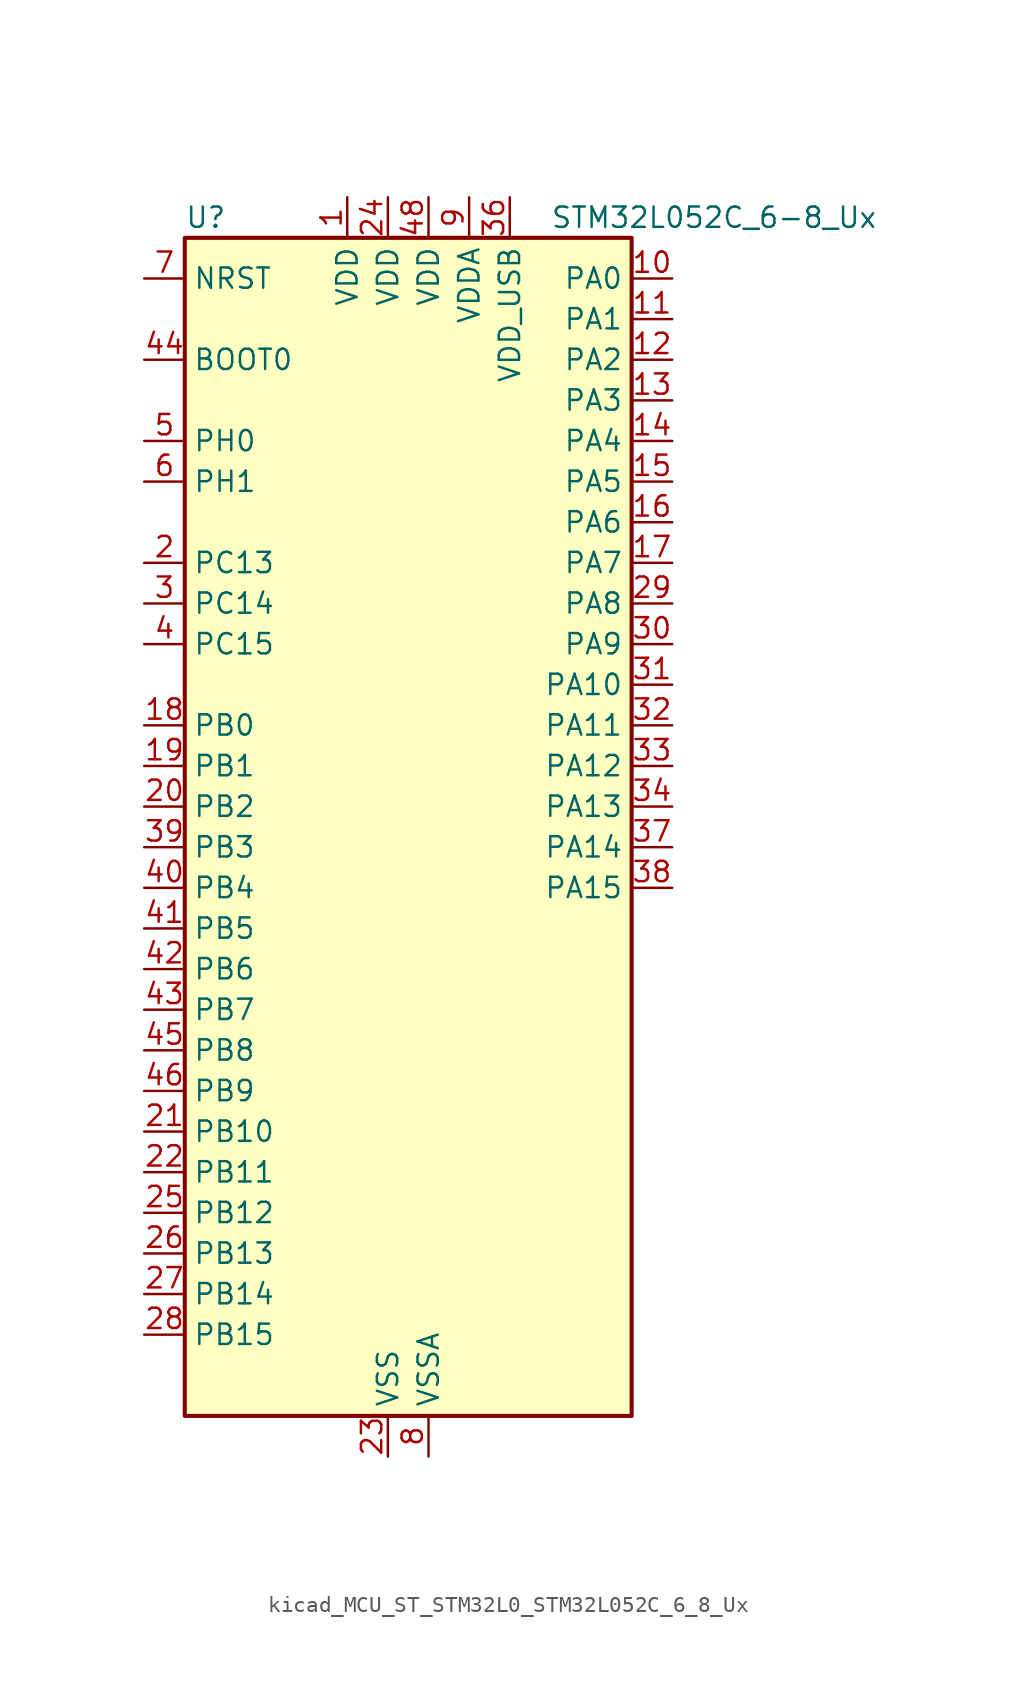
<source format=kicad_sym>
(kicad_symbol_lib
  (version 20220914)
  (generator kicad_symbol_editor)
  (symbol "kicad_MCU_ST_STM32L0_STM32L052C_6_8_Ux"
    (property "Reference" "U"
      (at -12.7 39.37 0)
      (effects (font (size 1.27 1.27)) (justify left)))
    (property "Value" "STM32L052C_6-8_Ux"
      (at 10.16 39.37 0)
      (effects (font (size 1.27 1.27)) (justify left)))
    (property "ki_locked" ""
      (at 0 0 0)
      (effects (font (size 1.27 1.27))))
    (symbol "kicad_MCU_ST_STM32L0_STM32L052C_6_8_Ux_0_1"
      (rectangle (start -12.7 -35.56) (end 15.24 38.1) (stroke (width 0.254) (type default)) (fill (type background))))
    (symbol "kicad_MCU_ST_STM32L0_STM32L052C_6_8_Ux_1_1"
      (pin power_in line (at -2.54 40.64 270) (length 2.54) (name "VDD" (effects (font (size 1.27 1.27)))) (number "1" (effects (font (size 1.27 1.27)))))
      (pin bidirectional line (at 17.78 35.56 180) (length 2.54) (name "PA0" (effects (font (size 1.27 1.27)))) (number "10" (effects (font (size 1.27 1.27)))) (alternate "ADC_IN0" bidirectional line) (alternate "COMP1_INM" bidirectional line) (alternate "COMP1_OUT" bidirectional line) (alternate "RTC_TAMP2" bidirectional line) (alternate "SYS_WKUP1" bidirectional line) (alternate "TIM2_CH1" bidirectional line) (alternate "TIM2_ETR" bidirectional line) (alternate "TSC_G1_IO1" bidirectional line) (alternate "USART2_CTS" bidirectional line))
      (pin bidirectional line (at 17.78 33.02 180) (length 2.54) (name "PA1" (effects (font (size 1.27 1.27)))) (number "11" (effects (font (size 1.27 1.27)))) (alternate "ADC_IN1" bidirectional line) (alternate "COMP1_INP" bidirectional line) (alternate "TIM21_ETR" bidirectional line) (alternate "TIM2_CH2" bidirectional line) (alternate "TSC_G1_IO2" bidirectional line) (alternate "USART2_DE" bidirectional line) (alternate "USART2_RTS" bidirectional line))
      (pin bidirectional line (at 17.78 30.48 180) (length 2.54) (name "PA2" (effects (font (size 1.27 1.27)))) (number "12" (effects (font (size 1.27 1.27)))) (alternate "ADC_IN2" bidirectional line) (alternate "COMP2_INM" bidirectional line) (alternate "COMP2_OUT" bidirectional line) (alternate "TIM21_CH1" bidirectional line) (alternate "TIM2_CH3" bidirectional line) (alternate "TSC_G1_IO3" bidirectional line) (alternate "USART2_TX" bidirectional line))
      (pin bidirectional line (at 17.78 27.94 180) (length 2.54) (name "PA3" (effects (font (size 1.27 1.27)))) (number "13" (effects (font (size 1.27 1.27)))) (alternate "ADC_IN3" bidirectional line) (alternate "COMP2_INP" bidirectional line) (alternate "TIM21_CH2" bidirectional line) (alternate "TIM2_CH4" bidirectional line) (alternate "TSC_G1_IO4" bidirectional line) (alternate "USART2_RX" bidirectional line))
      (pin bidirectional line (at 17.78 25.4 180) (length 2.54) (name "PA4" (effects (font (size 1.27 1.27)))) (number "14" (effects (font (size 1.27 1.27)))) (alternate "ADC_IN4" bidirectional line) (alternate "COMP1_INM" bidirectional line) (alternate "COMP2_INM" bidirectional line) (alternate "DAC_OUT1" bidirectional line) (alternate "SPI1_NSS" bidirectional line) (alternate "TIM22_ETR" bidirectional line) (alternate "TSC_G2_IO1" bidirectional line) (alternate "USART2_CK" bidirectional line))
      (pin bidirectional line (at 17.78 22.86 180) (length 2.54) (name "PA5" (effects (font (size 1.27 1.27)))) (number "15" (effects (font (size 1.27 1.27)))) (alternate "ADC_IN5" bidirectional line) (alternate "COMP1_INM" bidirectional line) (alternate "COMP2_INM" bidirectional line) (alternate "SPI1_SCK" bidirectional line) (alternate "TIM2_CH1" bidirectional line) (alternate "TIM2_ETR" bidirectional line) (alternate "TSC_G2_IO2" bidirectional line))
      (pin bidirectional line (at 17.78 20.32 180) (length 2.54) (name "PA6" (effects (font (size 1.27 1.27)))) (number "16" (effects (font (size 1.27 1.27)))) (alternate "ADC_IN6" bidirectional line) (alternate "COMP1_OUT" bidirectional line) (alternate "LPUART1_CTS" bidirectional line) (alternate "SPI1_MISO" bidirectional line) (alternate "TIM22_CH1" bidirectional line) (alternate "TSC_G2_IO3" bidirectional line))
      (pin bidirectional line (at 17.78 17.78 180) (length 2.54) (name "PA7" (effects (font (size 1.27 1.27)))) (number "17" (effects (font (size 1.27 1.27)))) (alternate "ADC_IN7" bidirectional line) (alternate "COMP2_OUT" bidirectional line) (alternate "SPI1_MOSI" bidirectional line) (alternate "TIM22_CH2" bidirectional line) (alternate "TSC_G2_IO4" bidirectional line))
      (pin bidirectional line (at -15.24 7.62 0) (length 2.54) (name "PB0" (effects (font (size 1.27 1.27)))) (number "18" (effects (font (size 1.27 1.27)))) (alternate "ADC_IN8" bidirectional line) (alternate "SYS_VREF_OUT_PB0" bidirectional line) (alternate "TSC_G3_IO2" bidirectional line))
      (pin bidirectional line (at -15.24 5.08 0) (length 2.54) (name "PB1" (effects (font (size 1.27 1.27)))) (number "19" (effects (font (size 1.27 1.27)))) (alternate "ADC_IN9" bidirectional line) (alternate "LPUART1_DE" bidirectional line) (alternate "LPUART1_RTS" bidirectional line) (alternate "SYS_VREF_OUT_PB1" bidirectional line) (alternate "TSC_G3_IO3" bidirectional line))
      (pin bidirectional line (at -15.24 17.78 0) (length 2.54) (name "PC13" (effects (font (size 1.27 1.27)))) (number "2" (effects (font (size 1.27 1.27)))) (alternate "RTC_OUT_ALARM" bidirectional line) (alternate "RTC_OUT_CALIB" bidirectional line) (alternate "RTC_TAMP1" bidirectional line) (alternate "RTC_TS" bidirectional line) (alternate "SYS_WKUP2" bidirectional line))
      (pin bidirectional line (at -15.24 2.54 0) (length 2.54) (name "PB2" (effects (font (size 1.27 1.27)))) (number "20" (effects (font (size 1.27 1.27)))) (alternate "LPTIM1_OUT" bidirectional line) (alternate "TSC_G3_IO4" bidirectional line))
      (pin bidirectional line (at -15.24 -17.78 0) (length 2.54) (name "PB10" (effects (font (size 1.27 1.27)))) (number "21" (effects (font (size 1.27 1.27)))) (alternate "I2C2_SCL" bidirectional line) (alternate "LPUART1_TX" bidirectional line) (alternate "SPI2_SCK" bidirectional line) (alternate "TIM2_CH3" bidirectional line) (alternate "TSC_SYNC" bidirectional line))
      (pin bidirectional line (at -15.24 -20.32 0) (length 2.54) (name "PB11" (effects (font (size 1.27 1.27)))) (number "22" (effects (font (size 1.27 1.27)))) (alternate "ADC_EXTI11" bidirectional line) (alternate "I2C2_SDA" bidirectional line) (alternate "LPUART1_RX" bidirectional line) (alternate "TIM2_CH4" bidirectional line) (alternate "TSC_G6_IO1" bidirectional line))
      (pin power_in line (at 0 -38.1 90) (length 2.54) (name "VSS" (effects (font (size 1.27 1.27)))) (number "23" (effects (font (size 1.27 1.27)))))
      (pin power_in line (at 0 40.64 270) (length 2.54) (name "VDD" (effects (font (size 1.27 1.27)))) (number "24" (effects (font (size 1.27 1.27)))))
      (pin bidirectional line (at -15.24 -22.86 0) (length 2.54) (name "PB12" (effects (font (size 1.27 1.27)))) (number "25" (effects (font (size 1.27 1.27)))) (alternate "I2S2_WS" bidirectional line) (alternate "LPUART1_DE" bidirectional line) (alternate "LPUART1_RTS" bidirectional line) (alternate "SPI2_NSS" bidirectional line) (alternate "TSC_G6_IO2" bidirectional line))
      (pin bidirectional line (at -15.24 -25.4 0) (length 2.54) (name "PB13" (effects (font (size 1.27 1.27)))) (number "26" (effects (font (size 1.27 1.27)))) (alternate "I2C2_SCL" bidirectional line) (alternate "I2S2_CK" bidirectional line) (alternate "LPUART1_CTS" bidirectional line) (alternate "SPI2_SCK" bidirectional line) (alternate "TIM21_CH1" bidirectional line) (alternate "TSC_G6_IO3" bidirectional line))
      (pin bidirectional line (at -15.24 -27.94 0) (length 2.54) (name "PB14" (effects (font (size 1.27 1.27)))) (number "27" (effects (font (size 1.27 1.27)))) (alternate "I2C2_SDA" bidirectional line) (alternate "I2S2_MCK" bidirectional line) (alternate "LPUART1_DE" bidirectional line) (alternate "LPUART1_RTS" bidirectional line) (alternate "RTC_OUT_ALARM" bidirectional line) (alternate "RTC_OUT_CALIB" bidirectional line) (alternate "SPI2_MISO" bidirectional line) (alternate "TIM21_CH2" bidirectional line) (alternate "TSC_G6_IO4" bidirectional line))
      (pin bidirectional line (at -15.24 -30.48 0) (length 2.54) (name "PB15" (effects (font (size 1.27 1.27)))) (number "28" (effects (font (size 1.27 1.27)))) (alternate "I2S2_SD" bidirectional line) (alternate "RTC_REFIN" bidirectional line) (alternate "SPI2_MOSI" bidirectional line))
      (pin bidirectional line (at 17.78 15.24 180) (length 2.54) (name "PA8" (effects (font (size 1.27 1.27)))) (number "29" (effects (font (size 1.27 1.27)))) (alternate "CRS_SYNC" bidirectional line) (alternate "RCC_MCO" bidirectional line) (alternate "USART1_CK" bidirectional line))
      (pin bidirectional line (at -15.24 15.24 0) (length 2.54) (name "PC14" (effects (font (size 1.27 1.27)))) (number "3" (effects (font (size 1.27 1.27)))) (alternate "RCC_OSC32_IN" bidirectional line))
      (pin bidirectional line (at 17.78 12.7 180) (length 2.54) (name "PA9" (effects (font (size 1.27 1.27)))) (number "30" (effects (font (size 1.27 1.27)))) (alternate "DAC_EXTI9" bidirectional line) (alternate "RCC_MCO" bidirectional line) (alternate "TSC_G4_IO1" bidirectional line) (alternate "USART1_TX" bidirectional line))
      (pin bidirectional line (at 17.78 10.16 180) (length 2.54) (name "PA10" (effects (font (size 1.27 1.27)))) (number "31" (effects (font (size 1.27 1.27)))) (alternate "TSC_G4_IO2" bidirectional line) (alternate "USART1_RX" bidirectional line))
      (pin bidirectional line (at 17.78 7.62 180) (length 2.54) (name "PA11" (effects (font (size 1.27 1.27)))) (number "32" (effects (font (size 1.27 1.27)))) (alternate "ADC_EXTI11" bidirectional line) (alternate "COMP1_OUT" bidirectional line) (alternate "SPI1_MISO" bidirectional line) (alternate "TSC_G4_IO3" bidirectional line) (alternate "USART1_CTS" bidirectional line) (alternate "USB_DM" bidirectional line))
      (pin bidirectional line (at 17.78 5.08 180) (length 2.54) (name "PA12" (effects (font (size 1.27 1.27)))) (number "33" (effects (font (size 1.27 1.27)))) (alternate "COMP2_OUT" bidirectional line) (alternate "SPI1_MOSI" bidirectional line) (alternate "TSC_G4_IO4" bidirectional line) (alternate "USART1_DE" bidirectional line) (alternate "USART1_RTS" bidirectional line) (alternate "USB_DP" bidirectional line))
      (pin bidirectional line (at 17.78 2.54 180) (length 2.54) (name "PA13" (effects (font (size 1.27 1.27)))) (number "34" (effects (font (size 1.27 1.27)))) (alternate "SYS_SWDIO" bidirectional line) (alternate "USB_NOE" bidirectional line))
      (pin passive line (at 0 -38.1 90) (length 2.54) hide (name "VSS" (effects (font (size 1.27 1.27)))) (number "35" (effects (font (size 1.27 1.27)))))
      (pin power_in line (at 7.62 40.64 270) (length 2.54) (name "VDD_USB" (effects (font (size 1.27 1.27)))) (number "36" (effects (font (size 1.27 1.27)))))
      (pin bidirectional line (at 17.78 0 180) (length 2.54) (name "PA14" (effects (font (size 1.27 1.27)))) (number "37" (effects (font (size 1.27 1.27)))) (alternate "SYS_SWCLK" bidirectional line) (alternate "USART2_TX" bidirectional line))
      (pin bidirectional line (at 17.78 -2.54 180) (length 2.54) (name "PA15" (effects (font (size 1.27 1.27)))) (number "38" (effects (font (size 1.27 1.27)))) (alternate "SPI1_NSS" bidirectional line) (alternate "TIM2_CH1" bidirectional line) (alternate "TIM2_ETR" bidirectional line) (alternate "USART2_RX" bidirectional line))
      (pin bidirectional line (at -15.24 0 0) (length 2.54) (name "PB3" (effects (font (size 1.27 1.27)))) (number "39" (effects (font (size 1.27 1.27)))) (alternate "COMP2_INM" bidirectional line) (alternate "SPI1_SCK" bidirectional line) (alternate "TIM2_CH2" bidirectional line) (alternate "TSC_G5_IO1" bidirectional line))
      (pin bidirectional line (at -15.24 12.7 0) (length 2.54) (name "PC15" (effects (font (size 1.27 1.27)))) (number "4" (effects (font (size 1.27 1.27)))) (alternate "RCC_OSC32_OUT" bidirectional line))
      (pin bidirectional line (at -15.24 -2.54 0) (length 2.54) (name "PB4" (effects (font (size 1.27 1.27)))) (number "40" (effects (font (size 1.27 1.27)))) (alternate "COMP2_INP" bidirectional line) (alternate "SPI1_MISO" bidirectional line) (alternate "TIM22_CH1" bidirectional line) (alternate "TSC_G5_IO2" bidirectional line))
      (pin bidirectional line (at -15.24 -5.08 0) (length 2.54) (name "PB5" (effects (font (size 1.27 1.27)))) (number "41" (effects (font (size 1.27 1.27)))) (alternate "COMP2_INP" bidirectional line) (alternate "I2C1_SMBA" bidirectional line) (alternate "LPTIM1_IN1" bidirectional line) (alternate "SPI1_MOSI" bidirectional line) (alternate "TIM22_CH2" bidirectional line))
      (pin bidirectional line (at -15.24 -7.62 0) (length 2.54) (name "PB6" (effects (font (size 1.27 1.27)))) (number "42" (effects (font (size 1.27 1.27)))) (alternate "COMP2_INP" bidirectional line) (alternate "I2C1_SCL" bidirectional line) (alternate "LPTIM1_ETR" bidirectional line) (alternate "TSC_G5_IO3" bidirectional line) (alternate "USART1_TX" bidirectional line))
      (pin bidirectional line (at -15.24 -10.16 0) (length 2.54) (name "PB7" (effects (font (size 1.27 1.27)))) (number "43" (effects (font (size 1.27 1.27)))) (alternate "COMP2_INP" bidirectional line) (alternate "I2C1_SDA" bidirectional line) (alternate "LPTIM1_IN2" bidirectional line) (alternate "SYS_PVD_IN" bidirectional line) (alternate "TSC_G5_IO4" bidirectional line) (alternate "USART1_RX" bidirectional line))
      (pin input line (at -15.24 30.48 0) (length 2.54) (name "BOOT0" (effects (font (size 1.27 1.27)))) (number "44" (effects (font (size 1.27 1.27)))))
      (pin bidirectional line (at -15.24 -12.7 0) (length 2.54) (name "PB8" (effects (font (size 1.27 1.27)))) (number "45" (effects (font (size 1.27 1.27)))) (alternate "I2C1_SCL" bidirectional line) (alternate "TSC_SYNC" bidirectional line))
      (pin bidirectional line (at -15.24 -15.24 0) (length 2.54) (name "PB9" (effects (font (size 1.27 1.27)))) (number "46" (effects (font (size 1.27 1.27)))) (alternate "DAC_EXTI9" bidirectional line) (alternate "I2C1_SDA" bidirectional line) (alternate "I2S2_WS" bidirectional line) (alternate "SPI2_NSS" bidirectional line))
      (pin passive line (at 0 -38.1 90) (length 2.54) hide (name "VSS" (effects (font (size 1.27 1.27)))) (number "47" (effects (font (size 1.27 1.27)))))
      (pin power_in line (at 2.54 40.64 270) (length 2.54) (name "VDD" (effects (font (size 1.27 1.27)))) (number "48" (effects (font (size 1.27 1.27)))))
      (pin passive line (at 0 -38.1 90) (length 2.54) hide (name "VSS" (effects (font (size 1.27 1.27)))) (number "49" (effects (font (size 1.27 1.27)))))
      (pin bidirectional line (at -15.24 25.4 0) (length 2.54) (name "PH0" (effects (font (size 1.27 1.27)))) (number "5" (effects (font (size 1.27 1.27)))) (alternate "CRS_SYNC" bidirectional line) (alternate "RCC_OSC_IN" bidirectional line))
      (pin bidirectional line (at -15.24 22.86 0) (length 2.54) (name "PH1" (effects (font (size 1.27 1.27)))) (number "6" (effects (font (size 1.27 1.27)))) (alternate "RCC_OSC_OUT" bidirectional line))
      (pin input line (at -15.24 35.56 0) (length 2.54) (name "NRST" (effects (font (size 1.27 1.27)))) (number "7" (effects (font (size 1.27 1.27)))))
      (pin power_in line (at 2.54 -38.1 90) (length 2.54) (name "VSSA" (effects (font (size 1.27 1.27)))) (number "8" (effects (font (size 1.27 1.27)))))
      (pin power_in line (at 5.08 40.64 270) (length 2.54) (name "VDDA" (effects (font (size 1.27 1.27)))) (number "9" (effects (font (size 1.27 1.27))))))))
</source>
